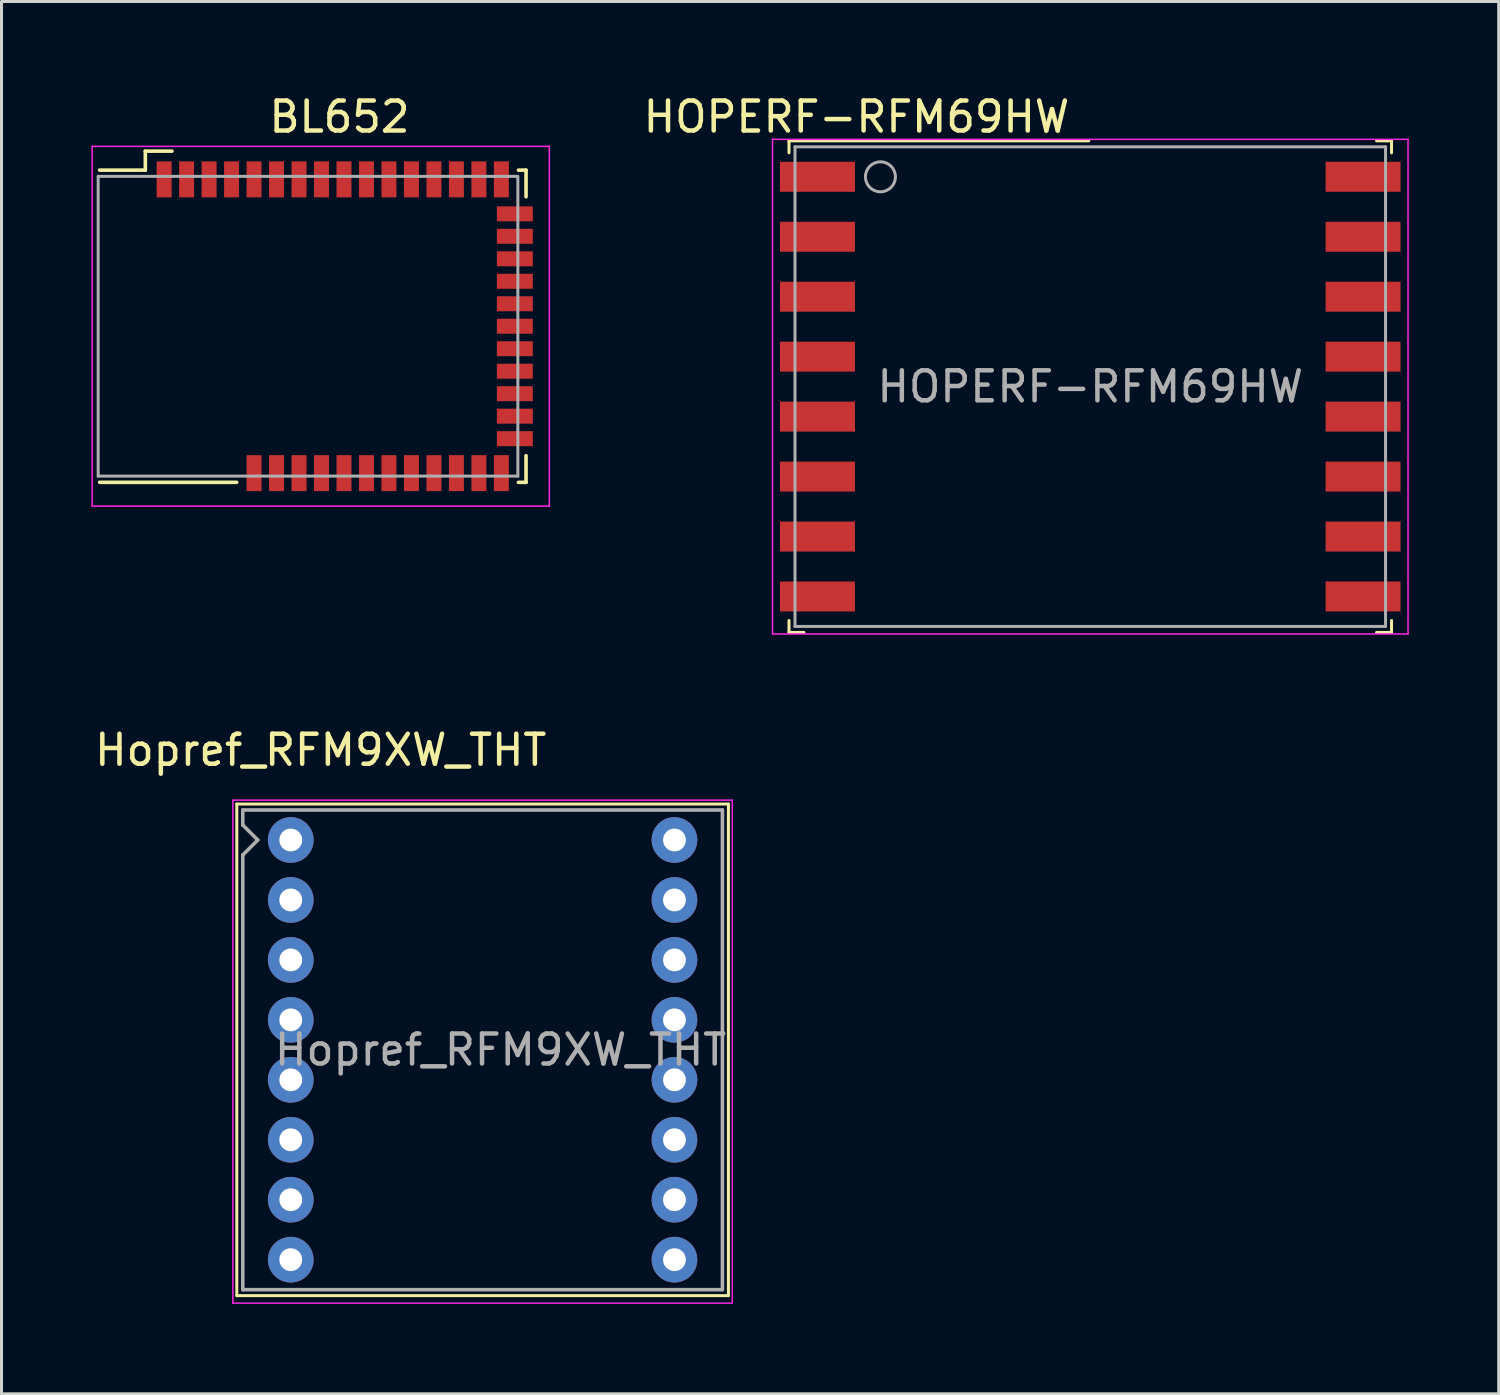
<source format=kicad_pcb>
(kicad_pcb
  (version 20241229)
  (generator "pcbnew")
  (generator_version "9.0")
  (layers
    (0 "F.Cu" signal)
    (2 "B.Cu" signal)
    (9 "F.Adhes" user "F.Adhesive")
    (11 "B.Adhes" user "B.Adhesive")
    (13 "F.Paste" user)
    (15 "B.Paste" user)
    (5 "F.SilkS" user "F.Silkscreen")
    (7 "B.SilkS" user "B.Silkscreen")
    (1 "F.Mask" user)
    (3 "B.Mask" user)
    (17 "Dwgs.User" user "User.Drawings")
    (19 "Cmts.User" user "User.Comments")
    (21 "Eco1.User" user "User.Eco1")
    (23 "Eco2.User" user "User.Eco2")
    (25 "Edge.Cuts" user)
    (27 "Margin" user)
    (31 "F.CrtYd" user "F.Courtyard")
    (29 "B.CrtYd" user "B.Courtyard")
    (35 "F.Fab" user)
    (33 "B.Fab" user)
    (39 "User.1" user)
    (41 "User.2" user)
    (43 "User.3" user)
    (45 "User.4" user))
  (footprint "BL652"
    (layer "F.Cu")
    (at 8.275 7.833)
    (property "Reference" "BL652" (at 0 -6.985 0) (layer "F.SilkS") (effects (font (size 1 1) (thickness 0.15))))
    (attr smd)
    (fp_line (start -8.001 -5.207) (end -6.477 -5.207) (stroke (width 0.12) (type solid)) (layer "F.SilkS"))
    (fp_line (start -6.477 -5.842) (end -5.588 -5.842) (stroke (width 0.12) (type solid)) (layer "F.SilkS"))
    (fp_line (start -6.477 -5.207) (end -6.477 -5.842) (stroke (width 0.12) (type solid)) (layer "F.SilkS"))
    (fp_line (start -3.429 5.207) (end -8.001 5.207) (stroke (width 0.12) (type solid)) (layer "F.SilkS"))
    (fp_line (start 5.969 -5.207) (end 6.223 -5.207) (stroke (width 0.12) (type solid)) (layer "F.SilkS"))
    (fp_line (start 6.223 -5.207) (end 6.223 -4.318) (stroke (width 0.12) (type solid)) (layer "F.SilkS"))
    (fp_line (start 6.223 5.207) (end 5.969 5.207) (stroke (width 0.12) (type solid)) (layer "F.SilkS"))
    (fp_line (start 6.223 5.207) (end 6.223 4.318) (stroke (width 0.12) (type solid)) (layer "F.SilkS"))
    (fp_line (start -8.25 -6) (end 7 -6) (stroke (width 0.05) (type solid)) (layer "F.CrtYd"))
    (fp_line (start -8.25 6) (end -8.25 -6) (stroke (width 0.05) (type solid)) (layer "F.CrtYd"))
    (fp_line (start 7 -6) (end 7 6) (stroke (width 0.05) (type solid)) (layer "F.CrtYd"))
    (fp_line (start 7 6) (end -8.25 6) (stroke (width 0.05) (type solid)) (layer "F.CrtYd"))
    (fp_line (start -8.05 -5) (end -8.05 5) (stroke (width 0.1) (type solid)) (layer "F.Fab"))
    (fp_line (start -8.05 -5) (end 5.9 -5) (stroke (width 0.1) (type solid)) (layer "F.Fab"))
    (fp_line (start 5.95 -5) (end 5.95 5) (stroke (width 0.1) (type solid)) (layer "F.Fab"))
    (fp_line (start 5.95 5) (end -8.05 5) (stroke (width 0.1) (type solid)) (layer "F.Fab"))
    (pad "1" smd rect (at -5.85 -4.9 90) (size 1.2 0.5) (layers "F.Cu" "F.Mask" "F.Paste"))
    (pad "2" smd rect (at -5.1 -4.9 90) (size 1.2 0.5) (layers "F.Cu" "F.Mask" "F.Paste"))
    (pad "3" smd rect (at -4.35 -4.9 90) (size 1.2 0.5) (layers "F.Cu" "F.Mask" "F.Paste"))
    (pad "4" smd rect (at -3.6 -4.9 90) (size 1.2 0.5) (layers "F.Cu" "F.Mask" "F.Paste"))
    (pad "5" smd rect (at -2.85 -4.9 90) (size 1.2 0.5) (layers "F.Cu" "F.Mask" "F.Paste"))
    (pad "6" smd rect (at -2.1 -4.9 90) (size 1.2 0.5) (layers "F.Cu" "F.Mask" "F.Paste"))
    (pad "7" smd rect (at -1.35 -4.9 90) (size 1.2 0.5) (layers "F.Cu" "F.Mask" "F.Paste"))
    (pad "8" smd rect (at -0.6 -4.9 90) (size 1.2 0.5) (layers "F.Cu" "F.Mask" "F.Paste"))
    (pad "9" smd rect (at 0.15 -4.9 90) (size 1.2 0.5) (layers "F.Cu" "F.Mask" "F.Paste"))
    (pad "10" smd rect (at 0.9 -4.9 90) (size 1.2 0.5) (layers "F.Cu" "F.Mask" "F.Paste"))
    (pad "11" smd rect (at 1.65 -4.9 90) (size 1.2 0.5) (layers "F.Cu" "F.Mask" "F.Paste"))
    (pad "12" smd rect (at 2.4 -4.9 90) (size 1.2 0.5) (layers "F.Cu" "F.Mask" "F.Paste"))
    (pad "13" smd rect (at 3.15 -4.9 90) (size 1.2 0.5) (layers "F.Cu" "F.Mask" "F.Paste"))
    (pad "14" smd rect (at 3.9 -4.9 90) (size 1.2 0.5) (layers "F.Cu" "F.Mask" "F.Paste"))
    (pad "15" smd rect (at 4.65 -4.9 90) (size 1.2 0.5) (layers "F.Cu" "F.Mask" "F.Paste"))
    (pad "16" smd rect (at 5.4 -4.9 90) (size 1.2 0.5) (layers "F.Cu" "F.Mask" "F.Paste"))
    (pad "17" smd rect (at 5.85 -3.75) (size 1.2 0.5) (layers "F.Cu" "F.Mask" "F.Paste"))
    (pad "18" smd rect (at 5.85 -3) (size 1.2 0.5) (layers "F.Cu" "F.Mask" "F.Paste"))
    (pad "19" smd rect (at 5.85 -2.25) (size 1.2 0.5) (layers "F.Cu" "F.Mask" "F.Paste"))
    (pad "20" smd rect (at 5.85 -1.5) (size 1.2 0.5) (layers "F.Cu" "F.Mask" "F.Paste"))
    (pad "21" smd rect (at 5.85 -0.75) (size 1.2 0.5) (layers "F.Cu" "F.Mask" "F.Paste"))
    (pad "22" smd rect (at 5.85 0) (size 1.2 0.5) (layers "F.Cu" "F.Mask" "F.Paste"))
    (pad "23" smd rect (at 5.85 0.75) (size 1.2 0.5) (layers "F.Cu" "F.Mask" "F.Paste"))
    (pad "24" smd rect (at 5.85 1.5) (size 1.2 0.5) (layers "F.Cu" "F.Mask" "F.Paste"))
    (pad "25" smd rect (at 5.85 2.25) (size 1.2 0.5) (layers "F.Cu" "F.Mask" "F.Paste"))
    (pad "26" smd rect (at 5.85 3) (size 1.2 0.5) (layers "F.Cu" "F.Mask" "F.Paste"))
    (pad "27" smd rect (at 5.85 3.75) (size 1.2 0.5) (layers "F.Cu" "F.Mask" "F.Paste"))
    (pad "28" smd rect (at 5.4 4.9 90) (size 1.2 0.5) (layers "F.Cu" "F.Mask" "F.Paste"))
    (pad "29" smd rect (at 4.65 4.9 90) (size 1.2 0.5) (layers "F.Cu" "F.Mask" "F.Paste"))
    (pad "30" smd rect (at 3.9 4.9 90) (size 1.2 0.5) (layers "F.Cu" "F.Mask" "F.Paste"))
    (pad "31" smd rect (at 3.15 4.9 90) (size 1.2 0.5) (layers "F.Cu" "F.Mask" "F.Paste"))
    (pad "32" smd rect (at 2.4 4.9 90) (size 1.2 0.5) (layers "F.Cu" "F.Mask" "F.Paste"))
    (pad "33" smd rect (at 1.65 4.9 90) (size 1.2 0.5) (layers "F.Cu" "F.Mask" "F.Paste"))
    (pad "34" smd rect (at 0.9 4.9 90) (size 1.2 0.5) (layers "F.Cu" "F.Mask" "F.Paste"))
    (pad "35" smd rect (at 0.15 4.9 90) (size 1.2 0.5) (layers "F.Cu" "F.Mask" "F.Paste"))
    (pad "36" smd rect (at -0.6 4.9 90) (size 1.2 0.5) (layers "F.Cu" "F.Mask" "F.Paste"))
    (pad "37" smd rect (at -1.35 4.9 90) (size 1.2 0.5) (layers "F.Cu" "F.Mask" "F.Paste"))
    (pad "38" smd rect (at -2.1 4.9 90) (size 1.2 0.5) (layers "F.Cu" "F.Mask" "F.Paste"))
    (pad "39" smd rect (at -2.85 4.9 90) (size 1.2 0.5) (layers "F.Cu" "F.Mask" "F.Paste")))
  (footprint "Hopref_RFM9XW_THT"
    (layer "F.Cu")
    (at 6.649 24.971)
    (property "Reference" "Hopref_RFM9XW_THT" (at 1 -3 0) (layer "F.SilkS") (effects (font (size 1 1) (thickness 0.15))))
    (attr through_hole)
    (fp_line (start -1.8 -1.2) (end 14.6 -1.2) (stroke (width 0.1) (type solid)) (layer "F.SilkS"))
    (fp_line (start -1.8 15.2) (end -1.8 -1.2) (stroke (width 0.1) (type solid)) (layer "F.SilkS"))
    (fp_line (start 14.6 -1.2) (end 14.6 15.2) (stroke (width 0.1) (type solid)) (layer "F.SilkS"))
    (fp_line (start 14.6 15.2) (end -1.8 15.2) (stroke (width 0.1) (type solid)) (layer "F.SilkS"))
    (fp_line (start -1.93 -1.33) (end 14.73 -1.33) (stroke (width 0.05) (type solid)) (layer "F.CrtYd"))
    (fp_line (start -1.93 15.45) (end -1.93 -1.33) (stroke (width 0.05) (type solid)) (layer "F.CrtYd"))
    (fp_line (start 14.73 -1.33) (end 14.73 15.45) (stroke (width 0.05) (type solid)) (layer "F.CrtYd"))
    (fp_line (start 14.73 15.45) (end -1.93 15.45) (stroke (width 0.05) (type solid)) (layer "F.CrtYd"))
    (fp_line (start -1.6 -1) (end 14.4 -1) (stroke (width 0.12) (type solid)) (layer "F.Fab"))
    (fp_line (start -1.6 -0.5) (end -1.6 -1) (stroke (width 0.12) (type solid)) (layer "F.Fab"))
    (fp_line (start -1.6 0.5) (end -1.1 0) (stroke (width 0.12) (type solid)) (layer "F.Fab"))
    (fp_line (start -1.6 15) (end -1.6 0.5) (stroke (width 0.12) (type solid)) (layer "F.Fab"))
    (fp_line (start -1.6 15) (end 14.4 15) (stroke (width 0.12) (type solid)) (layer "F.Fab"))
    (fp_line (start -1.1 0) (end -1.6 -0.5) (stroke (width 0.12) (type solid)) (layer "F.Fab"))
    (fp_line (start 14.4 15) (end 14.4 -1) (stroke (width 0.12) (type solid)) (layer "F.Fab"))
    (fp_text user "${REFERENCE}" (at 7 7 0) (layer "F.Fab") (effects (font (size 1 1) (thickness 0.15))))
    (pad "1" thru_hole circle (at 0 0) (size 1.524 1.524) (drill 0.762) (layers "*.Cu" "*.Mask"))
    (pad "2" thru_hole circle (at 0 2) (size 1.524 1.524) (drill 0.762) (layers "*.Cu" "*.Mask"))
    (pad "3" thru_hole circle (at 0 4) (size 1.524 1.524) (drill 0.762) (layers "*.Cu" "*.Mask"))
    (pad "4" thru_hole circle (at 0 6) (size 1.524 1.524) (drill 0.762) (layers "*.Cu" "*.Mask"))
    (pad "5" thru_hole circle (at 0 8) (size 1.524 1.524) (drill 0.762) (layers "*.Cu" "*.Mask"))
    (pad "6" thru_hole circle (at 0 10) (size 1.524 1.524) (drill 0.762) (layers "*.Cu" "*.Mask"))
    (pad "7" thru_hole circle (at 0 12) (size 1.524 1.524) (drill 0.762) (layers "*.Cu" "*.Mask"))
    (pad "8" thru_hole circle (at 0 14) (size 1.524 1.524) (drill 0.762) (layers "*.Cu" "*.Mask"))
    (pad "9" thru_hole circle (at 12.8 14) (size 1.524 1.524) (drill 0.762) (layers "*.Cu" "*.Mask"))
    (pad "10" thru_hole circle (at 12.8 12) (size 1.524 1.524) (drill 0.762) (layers "*.Cu" "*.Mask"))
    (pad "11" thru_hole circle (at 12.8 10) (size 1.524 1.524) (drill 0.762) (layers "*.Cu" "*.Mask"))
    (pad "12" thru_hole circle (at 12.8 8) (size 1.524 1.524) (drill 0.762) (layers "*.Cu" "*.Mask"))
    (pad "13" thru_hole circle (at 12.8 6) (size 1.524 1.524) (drill 0.762) (layers "*.Cu" "*.Mask"))
    (pad "14" thru_hole circle (at 12.8 4) (size 1.524 1.524) (drill 0.762) (layers "*.Cu" "*.Mask"))
    (pad "15" thru_hole circle (at 12.8 2) (size 1.524 1.524) (drill 0.762) (layers "*.Cu" "*.Mask"))
    (pad "16" thru_hole circle (at 12.8 0) (size 1.524 1.524) (drill 0.762) (layers "*.Cu" "*.Mask")))
  (footprint "HOPERF-RFM69HW"
    (layer "F.Cu")
    (at 33.32 9.848)
    (property "Reference" "HOPERF-RFM69HW" (at -7.8 -9 0) (layer "F.SilkS") (effects (font (size 1 1) (thickness 0.15))))
    (attr smd)
    (fp_line (start -10.05 -8.2) (end -10.05 -7.8) (stroke (width 0.1) (type solid)) (layer "F.SilkS"))
    (fp_line (start -10.05 -8.2) (end -0.05 -8.2) (stroke (width 0.1) (type solid)) (layer "F.SilkS"))
    (fp_line (start -10.05 7.8) (end -10.05 8.2) (stroke (width 0.1) (type solid)) (layer "F.SilkS"))
    (fp_line (start -10.05 8.2) (end -9.55 8.2) (stroke (width 0.1) (type solid)) (layer "F.SilkS"))
    (fp_line (start 9.55 -8.2) (end 10.05 -8.2) (stroke (width 0.1) (type solid)) (layer "F.SilkS"))
    (fp_line (start 9.55 8.2) (end 10.05 8.2) (stroke (width 0.1) (type solid)) (layer "F.SilkS"))
    (fp_line (start 10.05 -8.2) (end 10.05 -7.8) (stroke (width 0.1) (type solid)) (layer "F.SilkS"))
    (fp_line (start 10.05 7.8) (end 10.05 8.2) (stroke (width 0.1) (type solid)) (layer "F.SilkS"))
    (fp_line (start -10.6 -8.25) (end 10.6 -8.25) (stroke (width 0.05) (type solid)) (layer "F.CrtYd"))
    (fp_line (start -10.6 8.25) (end -10.6 -8.25) (stroke (width 0.05) (type solid)) (layer "F.CrtYd"))
    (fp_line (start 10.6 -8.25) (end 10.6 8.25) (stroke (width 0.05) (type solid)) (layer "F.CrtYd"))
    (fp_line (start 10.6 8.25) (end -10.6 8.25) (stroke (width 0.05) (type solid)) (layer "F.CrtYd"))
    (fp_line (start -9.85 -8) (end 9.85 -8) (stroke (width 0.1) (type solid)) (layer "F.Fab"))
    (fp_line (start -9.85 8) (end -9.85 -8) (stroke (width 0.1) (type solid)) (layer "F.Fab"))
    (fp_line (start 9.85 -8) (end 9.85 8) (stroke (width 0.1) (type solid)) (layer "F.Fab"))
    (fp_line (start 9.85 8) (end -9.85 8) (stroke (width 0.1) (type solid)) (layer "F.Fab"))
    (fp_circle (center -7 -7) (end -7.5 -7) (stroke (width 0.1) (type solid)) (fill no) (layer "F.Fab"))
    (fp_text user "${REFERENCE}" (at 0 0 0) (layer "F.Fab") (effects (font (size 1 1) (thickness 0.15))))
    (pad "1" smd rect (at -9.1 -7) (size 2.5 1) (layers "F.Cu" "F.Mask" "F.Paste"))
    (pad "2" smd rect (at -9.1 -5) (size 2.5 1) (layers "F.Cu" "F.Mask" "F.Paste"))
    (pad "3" smd rect (at -9.1 -3) (size 2.5 1) (layers "F.Cu" "F.Mask" "F.Paste"))
    (pad "4" smd rect (at -9.1 -1) (size 2.5 1) (layers "F.Cu" "F.Mask" "F.Paste"))
    (pad "5" smd rect (at -9.1 1) (size 2.5 1) (layers "F.Cu" "F.Mask" "F.Paste"))
    (pad "6" smd rect (at -9.1 3) (size 2.5 1) (layers "F.Cu" "F.Mask" "F.Paste"))
    (pad "7" smd rect (at -9.1 5) (size 2.5 1) (layers "F.Cu" "F.Mask" "F.Paste"))
    (pad "8" smd rect (at -9.1 7) (size 2.5 1) (layers "F.Cu" "F.Mask" "F.Paste"))
    (pad "9" smd rect (at 9.1 7) (size 2.5 1) (layers "F.Cu" "F.Mask" "F.Paste"))
    (pad "10" smd rect (at 9.1 5) (size 2.5 1) (layers "F.Cu" "F.Mask" "F.Paste"))
    (pad "11" smd rect (at 9.1 3) (size 2.5 1) (layers "F.Cu" "F.Mask" "F.Paste"))
    (pad "12" smd rect (at 9.1 1) (size 2.5 1) (layers "F.Cu" "F.Mask" "F.Paste"))
    (pad "13" smd rect (at 9.1 -1) (size 2.5 1) (layers "F.Cu" "F.Mask" "F.Paste"))
    (pad "14" smd rect (at 9.1 -3) (size 2.5 1) (layers "F.Cu" "F.Mask" "F.Paste"))
    (pad "15" smd rect (at 9.1 -5) (size 2.5 1) (layers "F.Cu" "F.Mask" "F.Paste"))
    (pad "16" smd rect (at 9.1 -7) (size 2.5 1) (layers "F.Cu" "F.Mask" "F.Paste")))
  (gr_rect
    (start -3 -3)
    (end 46.945 43.447)
    (stroke (width 0.1) (type default))
    (fill no)
    (layer "Edge.Cuts")))
</source>
